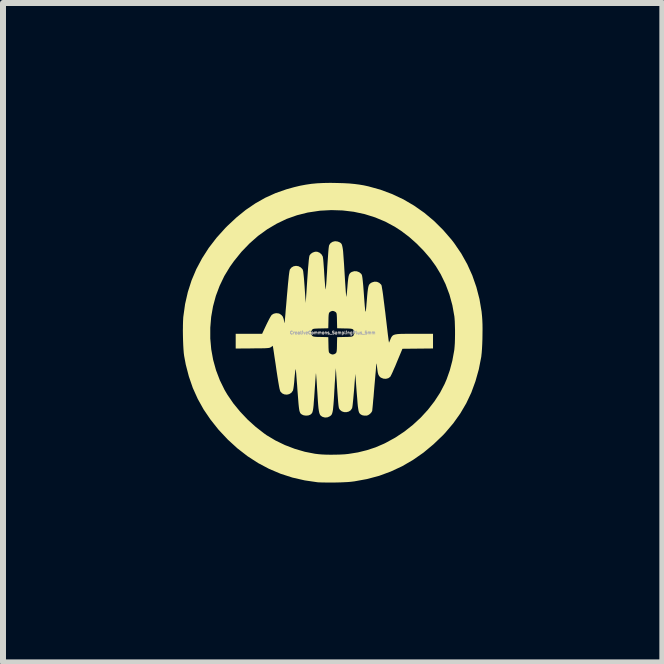
<source format=kicad_pcb>
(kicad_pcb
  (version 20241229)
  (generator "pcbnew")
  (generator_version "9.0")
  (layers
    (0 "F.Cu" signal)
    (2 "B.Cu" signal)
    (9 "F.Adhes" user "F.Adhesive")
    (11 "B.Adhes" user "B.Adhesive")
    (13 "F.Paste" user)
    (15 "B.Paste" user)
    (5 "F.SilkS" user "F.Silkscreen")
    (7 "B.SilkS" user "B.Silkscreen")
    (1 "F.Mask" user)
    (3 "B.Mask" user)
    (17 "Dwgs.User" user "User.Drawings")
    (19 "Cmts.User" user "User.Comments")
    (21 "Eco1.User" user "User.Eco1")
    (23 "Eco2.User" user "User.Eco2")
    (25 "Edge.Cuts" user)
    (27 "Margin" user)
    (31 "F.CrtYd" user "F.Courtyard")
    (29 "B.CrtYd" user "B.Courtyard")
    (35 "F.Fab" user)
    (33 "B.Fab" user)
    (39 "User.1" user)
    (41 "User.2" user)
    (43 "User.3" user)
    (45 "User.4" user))
  (footprint "CreativeCommons_SamplingPlus_5mm"
    (layer "F.Cu")
    (at 2.499 2.499)
    (property "Reference" "CreativeCommons_SamplingPlus_5mm" (at 0 0 0) (layer "F.Fab") (effects (font (size 0.05 0.05) (thickness 0.013))))
    (attr board_only exclude_from_pos_files exclude_from_bom)
    (fp_poly (pts (xy 0.072 -2.497) (xy 0.181 -2.494) (xy 0.275 -2.489) (xy 0.36 -2.481) (xy 0.439 -2.471) (xy 0.517 -2.458) (xy 0.595 -2.441) (xy 0.797 -2.385) (xy 0.992 -2.312) (xy 1.179 -2.224) (xy 1.358 -2.119) (xy 1.529 -1.999) (xy 1.69 -1.864) (xy 1.841 -1.714) (xy 1.983 -1.55) (xy 2.028 -1.491) (xy 2.144 -1.321) (xy 2.244 -1.142) (xy 2.328 -0.956) (xy 2.396 -0.761) (xy 2.448 -0.56) (xy 2.483 -0.352) (xy 2.491 -0.271) (xy 2.495 -0.214) (xy 2.498 -0.143) (xy 2.499 -0.064) (xy 2.498 0.02) (xy 2.497 0.105) (xy 2.494 0.189) (xy 2.49 0.266) (xy 2.485 0.334) (xy 2.479 0.388) (xy 2.478 0.4) (xy 2.437 0.61) (xy 2.381 0.809) (xy 2.312 0.998) (xy 2.227 1.178) (xy 2.127 1.348) (xy 2.011 1.511) (xy 1.879 1.667) (xy 1.842 1.707) (xy 1.681 1.861) (xy 1.514 2) (xy 1.339 2.122) (xy 1.158 2.227) (xy 0.969 2.315) (xy 0.774 2.387) (xy 0.571 2.441) (xy 0.362 2.479) (xy 0.305 2.486) (xy 0.262 2.49) (xy 0.206 2.493) (xy 0.14 2.496) (xy 0.069 2.498) (xy -0.005 2.499) (xy -0.077 2.499) (xy -0.143 2.498) (xy -0.2 2.497) (xy -0.244 2.495) (xy -0.255 2.494) (xy -0.467 2.463) (xy -0.672 2.416) (xy -0.87 2.352) (xy -1.061 2.271) (xy -1.244 2.174) (xy -1.42 2.06) (xy -1.588 1.93) (xy -1.748 1.784) (xy -1.901 1.621) (xy -1.907 1.614) (xy -2.038 1.449) (xy -2.153 1.28) (xy -2.251 1.104) (xy -2.333 0.922) (xy -2.399 0.73) (xy -2.451 0.53) (xy -2.478 0.386) (xy -2.484 0.339) (xy -2.489 0.276) (xy -2.493 0.204) (xy -2.496 0.124) (xy -2.498 0.041) (xy -2.499 -0.042) (xy -2.498 -0.083) (xy -2.042 -0.083) (xy -2.042 0.097) (xy -2.026 0.276) (xy -1.994 0.453) (xy -1.946 0.626) (xy -1.882 0.794) (xy -1.803 0.955) (xy -1.755 1.036) (xy -1.657 1.179) (xy -1.543 1.318) (xy -1.418 1.45) (xy -1.284 1.571) (xy -1.145 1.679) (xy -1.1 1.711) (xy -0.954 1.798) (xy -0.797 1.874) (xy -0.632 1.937) (xy -0.464 1.986) (xy -0.295 2.019) (xy -0.236 2.026) (xy -0.178 2.031) (xy -0.107 2.034) (xy -0.029 2.035) (xy 0.052 2.034) (xy 0.131 2.032) (xy 0.202 2.028) (xy 0.259 2.022) (xy 0.261 2.022) (xy 0.422 1.996) (xy 0.571 1.959) (xy 0.714 1.912) (xy 0.856 1.851) (xy 0.886 1.836) (xy 1.043 1.75) (xy 1.194 1.65) (xy 1.336 1.538) (xy 1.468 1.416) (xy 1.588 1.285) (xy 1.696 1.146) (xy 1.79 1.002) (xy 1.867 0.854) (xy 1.9 0.777) (xy 1.953 0.627) (xy 1.995 0.468) (xy 2.026 0.299) (xy 2.029 0.277) (xy 2.033 0.232) (xy 2.037 0.173) (xy 2.039 0.105) (xy 2.04 0.03) (xy 2.04 -0.046) (xy 2.038 -0.12) (xy 2.036 -0.187) (xy 2.032 -0.243) (xy 2.029 -0.273) (xy 1.996 -0.457) (xy 1.947 -0.637) (xy 1.882 -0.81) (xy 1.802 -0.974) (xy 1.721 -1.109) (xy 1.627 -1.239) (xy 1.518 -1.366) (xy 1.399 -1.487) (xy 1.273 -1.599) (xy 1.142 -1.698) (xy 1.036 -1.767) (xy 0.876 -1.853) (xy 0.708 -1.923) (xy 0.533 -1.978) (xy 0.351 -2.017) (xy 0.166 -2.039) (xy -0.022 -2.045) (xy -0.211 -2.035) (xy -0.399 -2.007) (xy -0.418 -2.004) (xy -0.596 -1.959) (xy -0.768 -1.898) (xy -0.933 -1.819) (xy -1.092 -1.725) (xy -1.244 -1.615) (xy -1.387 -1.489) (xy -1.522 -1.349) (xy -1.647 -1.194) (xy -1.714 -1.1) (xy -1.808 -0.945) (xy -1.886 -0.782) (xy -1.949 -0.614) (xy -1.996 -0.44) (xy -2.027 -0.263) (xy -2.042 -0.083) (xy -2.498 -0.083) (xy -2.498 -0.121) (xy -2.496 -0.192) (xy -2.493 -0.251) (xy -2.491 -0.27) (xy -2.462 -0.478) (xy -2.416 -0.679) (xy -2.354 -0.873) (xy -2.275 -1.06) (xy -2.179 -1.24) (xy -2.067 -1.415) (xy -1.937 -1.584) (xy -1.79 -1.747) (xy -1.755 -1.782) (xy -1.603 -1.924) (xy -1.449 -2.049) (xy -1.29 -2.157) (xy -1.126 -2.25) (xy -0.954 -2.328) (xy -0.774 -2.391) (xy -0.645 -2.427) (xy -0.545 -2.451) (xy -0.449 -2.469) (xy -0.355 -2.483) (xy -0.258 -2.492) (xy -0.153 -2.497) (xy -0.039 -2.499)) (stroke (width 0) (type solid)) (fill yes) (layer "F.SilkS"))
    (fp_poly (pts (xy 0.082 -1.521) (xy 0.108 -1.511) (xy 0.122 -1.504) (xy 0.133 -1.496) (xy 0.143 -1.486) (xy 0.151 -1.473) (xy 0.157 -1.454) (xy 0.163 -1.428) (xy 0.169 -1.394) (xy 0.174 -1.35) (xy 0.178 -1.294) (xy 0.183 -1.225) (xy 0.189 -1.142) (xy 0.195 -1.042) (xy 0.197 -1.012) (xy 0.202 -0.927) (xy 0.207 -0.847) (xy 0.212 -0.776) (xy 0.216 -0.714) (xy 0.22 -0.663) (xy 0.223 -0.626) (xy 0.226 -0.603) (xy 0.227 -0.597) (xy 0.229 -0.607) (xy 0.232 -0.632) (xy 0.237 -0.67) (xy 0.241 -0.717) (xy 0.246 -0.771) (xy 0.246 -0.776) (xy 0.252 -0.844) (xy 0.258 -0.896) (xy 0.264 -0.935) (xy 0.272 -0.964) (xy 0.282 -0.984) (xy 0.295 -0.999) (xy 0.312 -1.01) (xy 0.319 -1.014) (xy 0.36 -1.026) (xy 0.402 -1.024) (xy 0.442 -1.009) (xy 0.474 -0.983) (xy 0.485 -0.966) (xy 0.49 -0.948) (xy 0.496 -0.912) (xy 0.502 -0.858) (xy 0.509 -0.786) (xy 0.516 -0.696) (xy 0.517 -0.682) (xy 0.524 -0.585) (xy 0.53 -0.506) (xy 0.535 -0.443) (xy 0.54 -0.397) (xy 0.543 -0.367) (xy 0.546 -0.352) (xy 0.549 -0.352) (xy 0.553 -0.365) (xy 0.556 -0.393) (xy 0.56 -0.433) (xy 0.564 -0.485) (xy 0.569 -0.54) (xy 0.575 -0.616) (xy 0.581 -0.677) (xy 0.587 -0.724) (xy 0.593 -0.759) (xy 0.6 -0.785) (xy 0.609 -0.803) (xy 0.621 -0.817) (xy 0.635 -0.828) (xy 0.653 -0.838) (xy 0.655 -0.839) (xy 0.696 -0.851) (xy 0.738 -0.849) (xy 0.776 -0.832) (xy 0.806 -0.804) (xy 0.813 -0.793) (xy 0.817 -0.778) (xy 0.822 -0.746) (xy 0.83 -0.699) (xy 0.839 -0.638) (xy 0.848 -0.564) (xy 0.859 -0.478) (xy 0.871 -0.381) (xy 0.877 -0.336) (xy 0.887 -0.248) (xy 0.897 -0.165) (xy 0.906 -0.088) (xy 0.914 -0.02) (xy 0.921 0.039) (xy 0.927 0.084) (xy 0.931 0.116) (xy 0.933 0.131) (xy 0.939 0.167) (xy 0.958 0.121) (xy 0.969 0.095) (xy 0.979 0.074) (xy 0.991 0.058) (xy 1.005 0.044) (xy 1.024 0.035) (xy 1.05 0.028) (xy 1.084 0.023) (xy 1.129 0.02) (xy 1.186 0.019) (xy 1.258 0.018) (xy 1.345 0.018) (xy 1.363 0.018) (xy 1.673 0.018) (xy 1.673 0.263) (xy 1.163 0.268) (xy 1.069 0.493) (xy 1.044 0.554) (xy 1.019 0.61) (xy 0.998 0.659) (xy 0.98 0.697) (xy 0.966 0.724) (xy 0.959 0.736) (xy 0.927 0.759) (xy 0.887 0.769) (xy 0.845 0.766) (xy 0.805 0.75) (xy 0.791 0.74) (xy 0.774 0.721) (xy 0.761 0.697) (xy 0.752 0.665) (xy 0.745 0.619) (xy 0.74 0.579) (xy 0.737 0.546) (xy 0.734 0.523) (xy 0.731 0.512) (xy 0.731 0.512) (xy 0.729 0.521) (xy 0.726 0.547) (xy 0.722 0.587) (xy 0.718 0.64) (xy 0.712 0.703) (xy 0.706 0.775) (xy 0.699 0.854) (xy 0.695 0.9) (xy 0.688 0.982) (xy 0.682 1.06) (xy 0.675 1.13) (xy 0.67 1.191) (xy 0.665 1.242) (xy 0.661 1.279) (xy 0.659 1.301) (xy 0.658 1.306) (xy 0.645 1.329) (xy 0.622 1.354) (xy 0.594 1.373) (xy 0.568 1.383) (xy 0.566 1.383) (xy 0.522 1.382) (xy 0.492 1.376) (xy 0.475 1.367) (xy 0.462 1.359) (xy 0.452 1.349) (xy 0.443 1.337) (xy 0.436 1.32) (xy 0.43 1.297) (xy 0.425 1.266) (xy 0.419 1.224) (xy 0.414 1.17) (xy 0.409 1.102) (xy 0.402 1.019) (xy 0.4 0.997) (xy 0.377 0.686) (xy 0.356 0.959) (xy 0.349 1.034) (xy 0.343 1.102) (xy 0.337 1.161) (xy 0.332 1.209) (xy 0.327 1.242) (xy 0.323 1.261) (xy 0.322 1.261) (xy 0.3 1.294) (xy 0.268 1.315) (xy 0.23 1.325) (xy 0.19 1.324) (xy 0.153 1.312) (xy 0.122 1.288) (xy 0.105 1.261) (xy 0.101 1.243) (xy 0.096 1.209) (xy 0.091 1.158) (xy 0.086 1.093) (xy 0.08 1.015) (xy 0.074 0.925) (xy 0.073 0.914) (xy 0.069 0.84) (xy 0.064 0.772) (xy 0.06 0.712) (xy 0.057 0.662) (xy 0.054 0.624) (xy 0.052 0.601) (xy 0.051 0.594) (xy 0.05 0.602) (xy 0.049 0.627) (xy 0.046 0.666) (xy 0.043 0.717) (xy 0.039 0.779) (xy 0.034 0.849) (xy 0.03 0.926) (xy 0.028 0.953) (xy 0.023 1.049) (xy 0.018 1.129) (xy 0.013 1.194) (xy 0.008 1.246) (xy 0.004 1.287) (xy -0.002 1.319) (xy -0.008 1.342) (xy -0.015 1.36) (xy -0.023 1.373) (xy -0.034 1.383) (xy -0.046 1.393) (xy -0.046 1.393) (xy -0.085 1.411) (xy -0.128 1.415) (xy -0.169 1.404) (xy -0.172 1.402) (xy -0.187 1.393) (xy -0.2 1.383) (xy -0.21 1.371) (xy -0.218 1.354) (xy -0.225 1.332) (xy -0.231 1.301) (xy -0.237 1.26) (xy -0.242 1.208) (xy -0.247 1.142) (xy -0.252 1.061) (xy -0.256 0.998) (xy -0.261 0.923) (xy -0.265 0.855) (xy -0.269 0.795) (xy -0.273 0.745) (xy -0.276 0.707) (xy -0.278 0.684) (xy -0.279 0.676) (xy -0.281 0.686) (xy -0.283 0.711) (xy -0.286 0.751) (xy -0.29 0.802) (xy -0.294 0.863) (xy -0.299 0.932) (xy -0.303 0.994) (xy -0.309 1.082) (xy -0.315 1.153) (xy -0.319 1.21) (xy -0.324 1.255) (xy -0.329 1.289) (xy -0.335 1.314) (xy -0.341 1.333) (xy -0.35 1.346) (xy -0.359 1.356) (xy -0.371 1.365) (xy -0.377 1.369) (xy -0.407 1.38) (xy -0.445 1.383) (xy -0.483 1.378) (xy -0.507 1.368) (xy -0.521 1.36) (xy -0.532 1.351) (xy -0.541 1.34) (xy -0.548 1.324) (xy -0.555 1.303) (xy -0.56 1.274) (xy -0.565 1.236) (xy -0.57 1.187) (xy -0.575 1.124) (xy -0.581 1.047) (xy -0.588 0.958) (xy -0.593 0.881) (xy -0.599 0.809) (xy -0.604 0.745) (xy -0.608 0.691) (xy -0.612 0.648) (xy -0.615 0.62) (xy -0.618 0.607) (xy -0.618 0.607) (xy -0.62 0.613) (xy -0.624 0.635) (xy -0.628 0.67) (xy -0.633 0.714) (xy -0.638 0.767) (xy -0.638 0.771) (xy -0.643 0.832) (xy -0.649 0.885) (xy -0.655 0.928) (xy -0.661 0.957) (xy -0.665 0.968) (xy -0.69 1.002) (xy -0.725 1.024) (xy -0.764 1.033) (xy -0.805 1.029) (xy -0.841 1.013) (xy -0.871 0.983) (xy -0.874 0.977) (xy -0.88 0.96) (xy -0.888 0.929) (xy -0.897 0.881) (xy -0.908 0.817) (xy -0.921 0.736) (xy -0.936 0.638) (xy -0.941 0.604) (xy -0.952 0.526) (xy -0.963 0.454) (xy -0.973 0.388) (xy -0.981 0.332) (xy -0.988 0.287) (xy -0.993 0.255) (xy -0.996 0.239) (xy -0.996 0.239) (xy -1 0.218) (xy -1.028 0.239) (xy -1.037 0.244) (xy -1.045 0.249) (xy -1.057 0.252) (xy -1.074 0.255) (xy -1.097 0.257) (xy -1.129 0.259) (xy -1.173 0.26) (xy -1.229 0.261) (xy -1.301 0.261) (xy -1.337 0.262) (xy -1.618 0.264) (xy -1.618 0.018) (xy -1.398 0.018) (xy -1.177 0.018) (xy -1.162 -0.015) (xy -0.361 -0.015) (xy -0.36 0.019) (xy -0.346 0.047) (xy -0.338 0.055) (xy -0.329 0.061) (xy -0.314 0.065) (xy -0.292 0.068) (xy -0.258 0.07) (xy -0.209 0.071) (xy -0.202 0.071) (xy -0.074 0.074) (xy -0.071 0.201) (xy -0.07 0.252) (xy -0.068 0.288) (xy -0.066 0.312) (xy -0.062 0.327) (xy -0.056 0.337) (xy -0.048 0.345) (xy -0.047 0.346) (xy -0.022 0.359) (xy 0 0.364) (xy 0.026 0.358) (xy 0.047 0.346) (xy 0.055 0.338) (xy 0.061 0.329) (xy 0.065 0.314) (xy 0.068 0.292) (xy 0.07 0.258) (xy 0.071 0.209) (xy 0.071 0.201) (xy 0.074 0.074) (xy 0.201 0.071) (xy 0.252 0.07) (xy 0.288 0.068) (xy 0.312 0.066) (xy 0.327 0.062) (xy 0.337 0.056) (xy 0.345 0.048) (xy 0.346 0.047) (xy 0.361 0.015) (xy 0.36 -0.019) (xy 0.346 -0.047) (xy 0.338 -0.055) (xy 0.329 -0.061) (xy 0.314 -0.065) (xy 0.292 -0.068) (xy 0.258 -0.07) (xy 0.209 -0.071) (xy 0.201 -0.071) (xy 0.074 -0.074) (xy 0.071 -0.202) (xy 0.07 -0.252) (xy 0.068 -0.288) (xy 0.066 -0.312) (xy 0.062 -0.327) (xy 0.056 -0.337) (xy 0.048 -0.345) (xy 0.047 -0.346) (xy 0.022 -0.359) (xy 0 -0.364) (xy -0.026 -0.358) (xy -0.047 -0.346) (xy -0.055 -0.338) (xy -0.061 -0.329) (xy -0.065 -0.314) (xy -0.068 -0.292) (xy -0.07 -0.258) (xy -0.071 -0.209) (xy -0.071 -0.202) (xy -0.074 -0.074) (xy -0.202 -0.071) (xy -0.252 -0.07) (xy -0.288 -0.068) (xy -0.312 -0.066) (xy -0.327 -0.062) (xy -0.337 -0.056) (xy -0.345 -0.048) (xy -0.346 -0.047) (xy -0.361 -0.015) (xy -1.162 -0.015) (xy -1.109 -0.128) (xy -1.085 -0.177) (xy -1.062 -0.222) (xy -1.042 -0.259) (xy -1.025 -0.286) (xy -1.017 -0.297) (xy -0.984 -0.317) (xy -0.944 -0.326) (xy -0.904 -0.322) (xy -0.886 -0.316) (xy -0.854 -0.294) (xy -0.832 -0.267) (xy -0.818 -0.228) (xy -0.813 -0.202) (xy -0.807 -0.175) (xy -0.803 -0.162) (xy -0.801 -0.163) (xy -0.801 -0.165) (xy -0.8 -0.179) (xy -0.798 -0.208) (xy -0.794 -0.253) (xy -0.789 -0.309) (xy -0.784 -0.376) (xy -0.777 -0.452) (xy -0.77 -0.534) (xy -0.764 -0.608) (xy -0.754 -0.718) (xy -0.746 -0.81) (xy -0.738 -0.886) (xy -0.732 -0.947) (xy -0.726 -0.994) (xy -0.721 -1.027) (xy -0.716 -1.048) (xy -0.714 -1.055) (xy -0.687 -1.088) (xy -0.652 -1.108) (xy -0.612 -1.115) (xy -0.571 -1.109) (xy -0.533 -1.089) (xy -0.506 -1.062) (xy -0.501 -1.053) (xy -0.497 -1.041) (xy -0.492 -1.022) (xy -0.489 -0.995) (xy -0.485 -0.959) (xy -0.48 -0.91) (xy -0.475 -0.848) (xy -0.469 -0.769) (xy -0.469 -0.767) (xy -0.45 -0.495) (xy -0.425 -0.876) (xy -0.417 -0.985) (xy -0.411 -1.076) (xy -0.404 -1.151) (xy -0.399 -1.209) (xy -0.394 -1.251) (xy -0.389 -1.278) (xy -0.387 -1.287) (xy -0.366 -1.315) (xy -0.334 -1.337) (xy -0.296 -1.35) (xy -0.258 -1.35) (xy -0.22 -1.335) (xy -0.188 -1.308) (xy -0.167 -1.273) (xy -0.165 -1.265) (xy -0.162 -1.248) (xy -0.158 -1.215) (xy -0.154 -1.169) (xy -0.15 -1.113) (xy -0.145 -1.049) (xy -0.141 -0.98) (xy -0.14 -0.964) (xy -0.135 -0.89) (xy -0.13 -0.828) (xy -0.126 -0.779) (xy -0.122 -0.744) (xy -0.119 -0.725) (xy -0.117 -0.723) (xy -0.117 -0.723) (xy -0.115 -0.738) (xy -0.112 -0.769) (xy -0.108 -0.814) (xy -0.104 -0.87) (xy -0.1 -0.936) (xy -0.095 -1.009) (xy -0.091 -1.086) (xy -0.091 -1.091) (xy -0.084 -1.195) (xy -0.078 -1.282) (xy -0.073 -1.353) (xy -0.068 -1.407) (xy -0.063 -1.443) (xy -0.059 -1.461) (xy -0.036 -1.494) (xy -0.002 -1.516) (xy 0.039 -1.526)) (stroke (width 0) (type solid)) (fill yes) (layer "F.SilkS")))
  (gr_rect
    (start -3 -3)
    (end 7.997 7.998)
    (stroke (width 0.1) (type default))
    (fill no)
    (layer "Edge.Cuts")))
</source>
